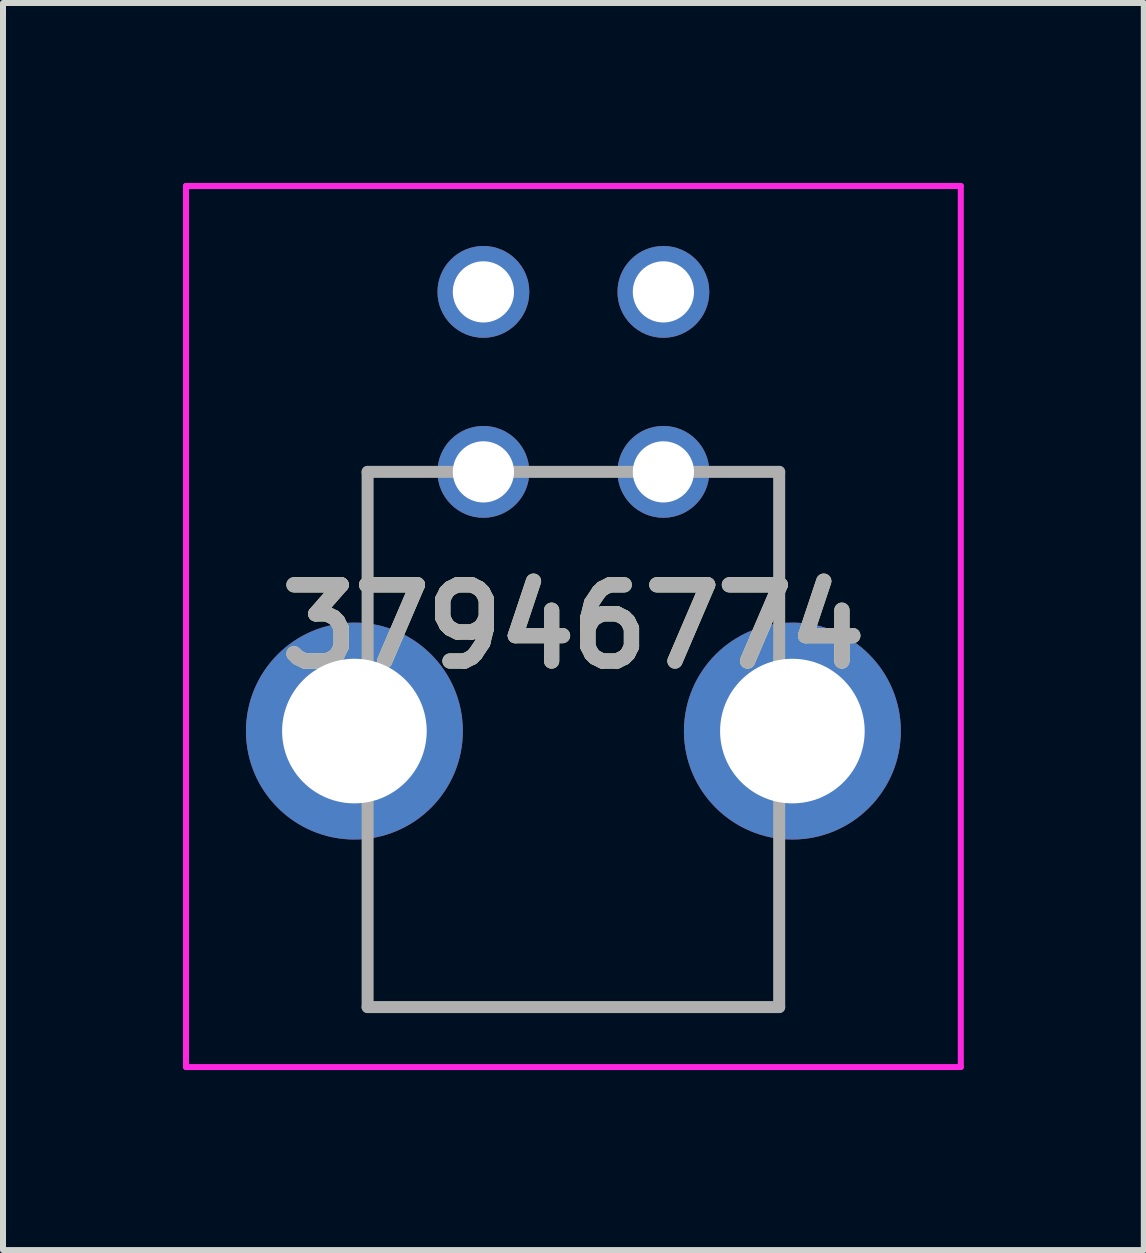
<source format=kicad_pcb>
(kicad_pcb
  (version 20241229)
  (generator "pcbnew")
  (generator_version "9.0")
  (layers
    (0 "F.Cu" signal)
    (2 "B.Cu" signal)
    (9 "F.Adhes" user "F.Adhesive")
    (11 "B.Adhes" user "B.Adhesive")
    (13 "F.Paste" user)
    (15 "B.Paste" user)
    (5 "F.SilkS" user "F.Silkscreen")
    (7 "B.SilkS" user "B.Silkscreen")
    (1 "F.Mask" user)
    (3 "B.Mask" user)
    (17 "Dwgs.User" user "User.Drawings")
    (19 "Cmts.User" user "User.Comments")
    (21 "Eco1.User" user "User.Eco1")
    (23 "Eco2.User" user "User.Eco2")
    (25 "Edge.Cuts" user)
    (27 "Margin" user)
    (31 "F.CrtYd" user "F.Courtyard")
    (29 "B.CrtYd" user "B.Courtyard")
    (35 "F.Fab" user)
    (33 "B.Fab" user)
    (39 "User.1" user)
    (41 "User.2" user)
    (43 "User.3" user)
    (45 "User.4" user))
  (footprint "37946774"
    (layer "F.Cu")
    (at 5.007 4.815)
    (property "Reference" "37946774" (at 1.5 2.578 0) (layer "F.SilkS") (effects (font (size 1.27 1.27) (thickness 0.254))))
    (attr through_hole)
    (fp_line (start -1.93 0) (end -1.93 0) (stroke (width 0.1) (type solid)) (layer "F.SilkS"))
    (fp_line (start -1.93 0) (end -1.93 0) (stroke (width 0.1) (type solid)) (layer "F.SilkS"))
    (fp_line (start -1.93 0) (end -1.93 2) (stroke (width 0.1) (type solid)) (layer "F.SilkS"))
    (fp_line (start -1.93 0) (end -1.5 0) (stroke (width 0.1) (type solid)) (layer "F.SilkS"))
    (fp_line (start -1.93 2) (end -1.93 0) (stroke (width 0.1) (type solid)) (layer "F.SilkS"))
    (fp_line (start -1.93 2) (end -1.93 2) (stroke (width 0.1) (type solid)) (layer "F.SilkS"))
    (fp_line (start -1.93 6.75) (end -1.93 6.75) (stroke (width 0.1) (type solid)) (layer "F.SilkS"))
    (fp_line (start -1.93 6.75) (end -1.93 8.92) (stroke (width 0.1) (type solid)) (layer "F.SilkS"))
    (fp_line (start -1.93 8.92) (end -1.93 6.75) (stroke (width 0.1) (type solid)) (layer "F.SilkS"))
    (fp_line (start -1.93 8.92) (end -1.93 8.92) (stroke (width 0.1) (type solid)) (layer "F.SilkS"))
    (fp_line (start -1.93 8.92) (end -1.93 8.92) (stroke (width 0.1) (type solid)) (layer "F.SilkS"))
    (fp_line (start -1.93 8.92) (end 4.93 8.92) (stroke (width 0.1) (type solid)) (layer "F.SilkS"))
    (fp_line (start -1.5 0) (end -1.93 0) (stroke (width 0.1) (type solid)) (layer "F.SilkS"))
    (fp_line (start -1.5 0) (end -1.5 0) (stroke (width 0.1) (type solid)) (layer "F.SilkS"))
    (fp_line (start 4.5 0) (end 4.5 0) (stroke (width 0.1) (type solid)) (layer "F.SilkS"))
    (fp_line (start 4.5 0) (end 4.93 0) (stroke (width 0.1) (type solid)) (layer "F.SilkS"))
    (fp_line (start 4.93 0) (end 4.5 0) (stroke (width 0.1) (type solid)) (layer "F.SilkS"))
    (fp_line (start 4.93 0) (end 4.93 0) (stroke (width 0.1) (type solid)) (layer "F.SilkS"))
    (fp_line (start 4.93 0) (end 4.93 0) (stroke (width 0.1) (type solid)) (layer "F.SilkS"))
    (fp_line (start 4.93 0) (end 4.93 2) (stroke (width 0.1) (type solid)) (layer "F.SilkS"))
    (fp_line (start 4.93 2) (end 4.93 0) (stroke (width 0.1) (type solid)) (layer "F.SilkS"))
    (fp_line (start 4.93 2) (end 4.93 2) (stroke (width 0.1) (type solid)) (layer "F.SilkS"))
    (fp_line (start 4.93 6.75) (end 4.93 6.75) (stroke (width 0.1) (type solid)) (layer "F.SilkS"))
    (fp_line (start 4.93 6.75) (end 4.93 8.92) (stroke (width 0.1) (type solid)) (layer "F.SilkS"))
    (fp_line (start 4.93 8.92) (end -1.93 8.92) (stroke (width 0.1) (type solid)) (layer "F.SilkS"))
    (fp_line (start 4.93 8.92) (end 4.93 6.75) (stroke (width 0.1) (type solid)) (layer "F.SilkS"))
    (fp_line (start 4.93 8.92) (end 4.93 8.92) (stroke (width 0.1) (type solid)) (layer "F.SilkS"))
    (fp_line (start 4.93 8.92) (end 4.93 8.92) (stroke (width 0.1) (type solid)) (layer "F.SilkS"))
    (fp_line (start -4.957 -4.765) (end 7.957 -4.765) (stroke (width 0.1) (type solid)) (layer "F.CrtYd"))
    (fp_line (start -4.957 9.92) (end -4.957 -4.765) (stroke (width 0.1) (type solid)) (layer "F.CrtYd"))
    (fp_line (start 7.957 -4.765) (end 7.957 9.92) (stroke (width 0.1) (type solid)) (layer "F.CrtYd"))
    (fp_line (start 7.957 9.92) (end -4.957 9.92) (stroke (width 0.1) (type solid)) (layer "F.CrtYd"))
    (fp_line (start -1.93 0) (end -1.93 8.92) (stroke (width 0.2) (type solid)) (layer "F.Fab"))
    (fp_line (start -1.93 8.92) (end 4.93 8.92) (stroke (width 0.2) (type solid)) (layer "F.Fab"))
    (fp_line (start 4.93 0) (end -1.93 0) (stroke (width 0.2) (type solid)) (layer "F.Fab"))
    (fp_line (start 4.93 8.92) (end 4.93 0) (stroke (width 0.2) (type solid)) (layer "F.Fab"))
    (fp_text user "${REFERENCE}" (at 1.5 2.578 0) (layer "F.Fab") (effects (font (size 1.27 1.27) (thickness 0.254))))
    (pad "1" thru_hole circle (at 0 0) (size 1.53 1.53) (drill 1.02) (layers "*.Cu" "*.Mask"))
    (pad "2" thru_hole circle (at 0 -3) (size 1.53 1.53) (drill 1.02) (layers "*.Cu" "*.Mask"))
    (pad "3" thru_hole circle (at 3 0) (size 1.53 1.53) (drill 1.02) (layers "*.Cu" "*.Mask"))
    (pad "4" thru_hole circle (at 3 -3) (size 1.53 1.53) (drill 1.02) (layers "*.Cu" "*.Mask"))
    (pad "MH1" thru_hole circle (at -2.15 4.32) (size 3.615 3.615) (drill 2.41) (layers "*.Cu" "*.Mask"))
    (pad "MH2" thru_hole circle (at 5.15 4.32) (size 3.615 3.615) (drill 2.41) (layers "*.Cu" "*.Mask")))
  (gr_rect
    (start -3 -3)
    (end 16.014 17.785)
    (stroke (width 0.1) (type default))
    (fill no)
    (layer "Edge.Cuts")))
</source>
